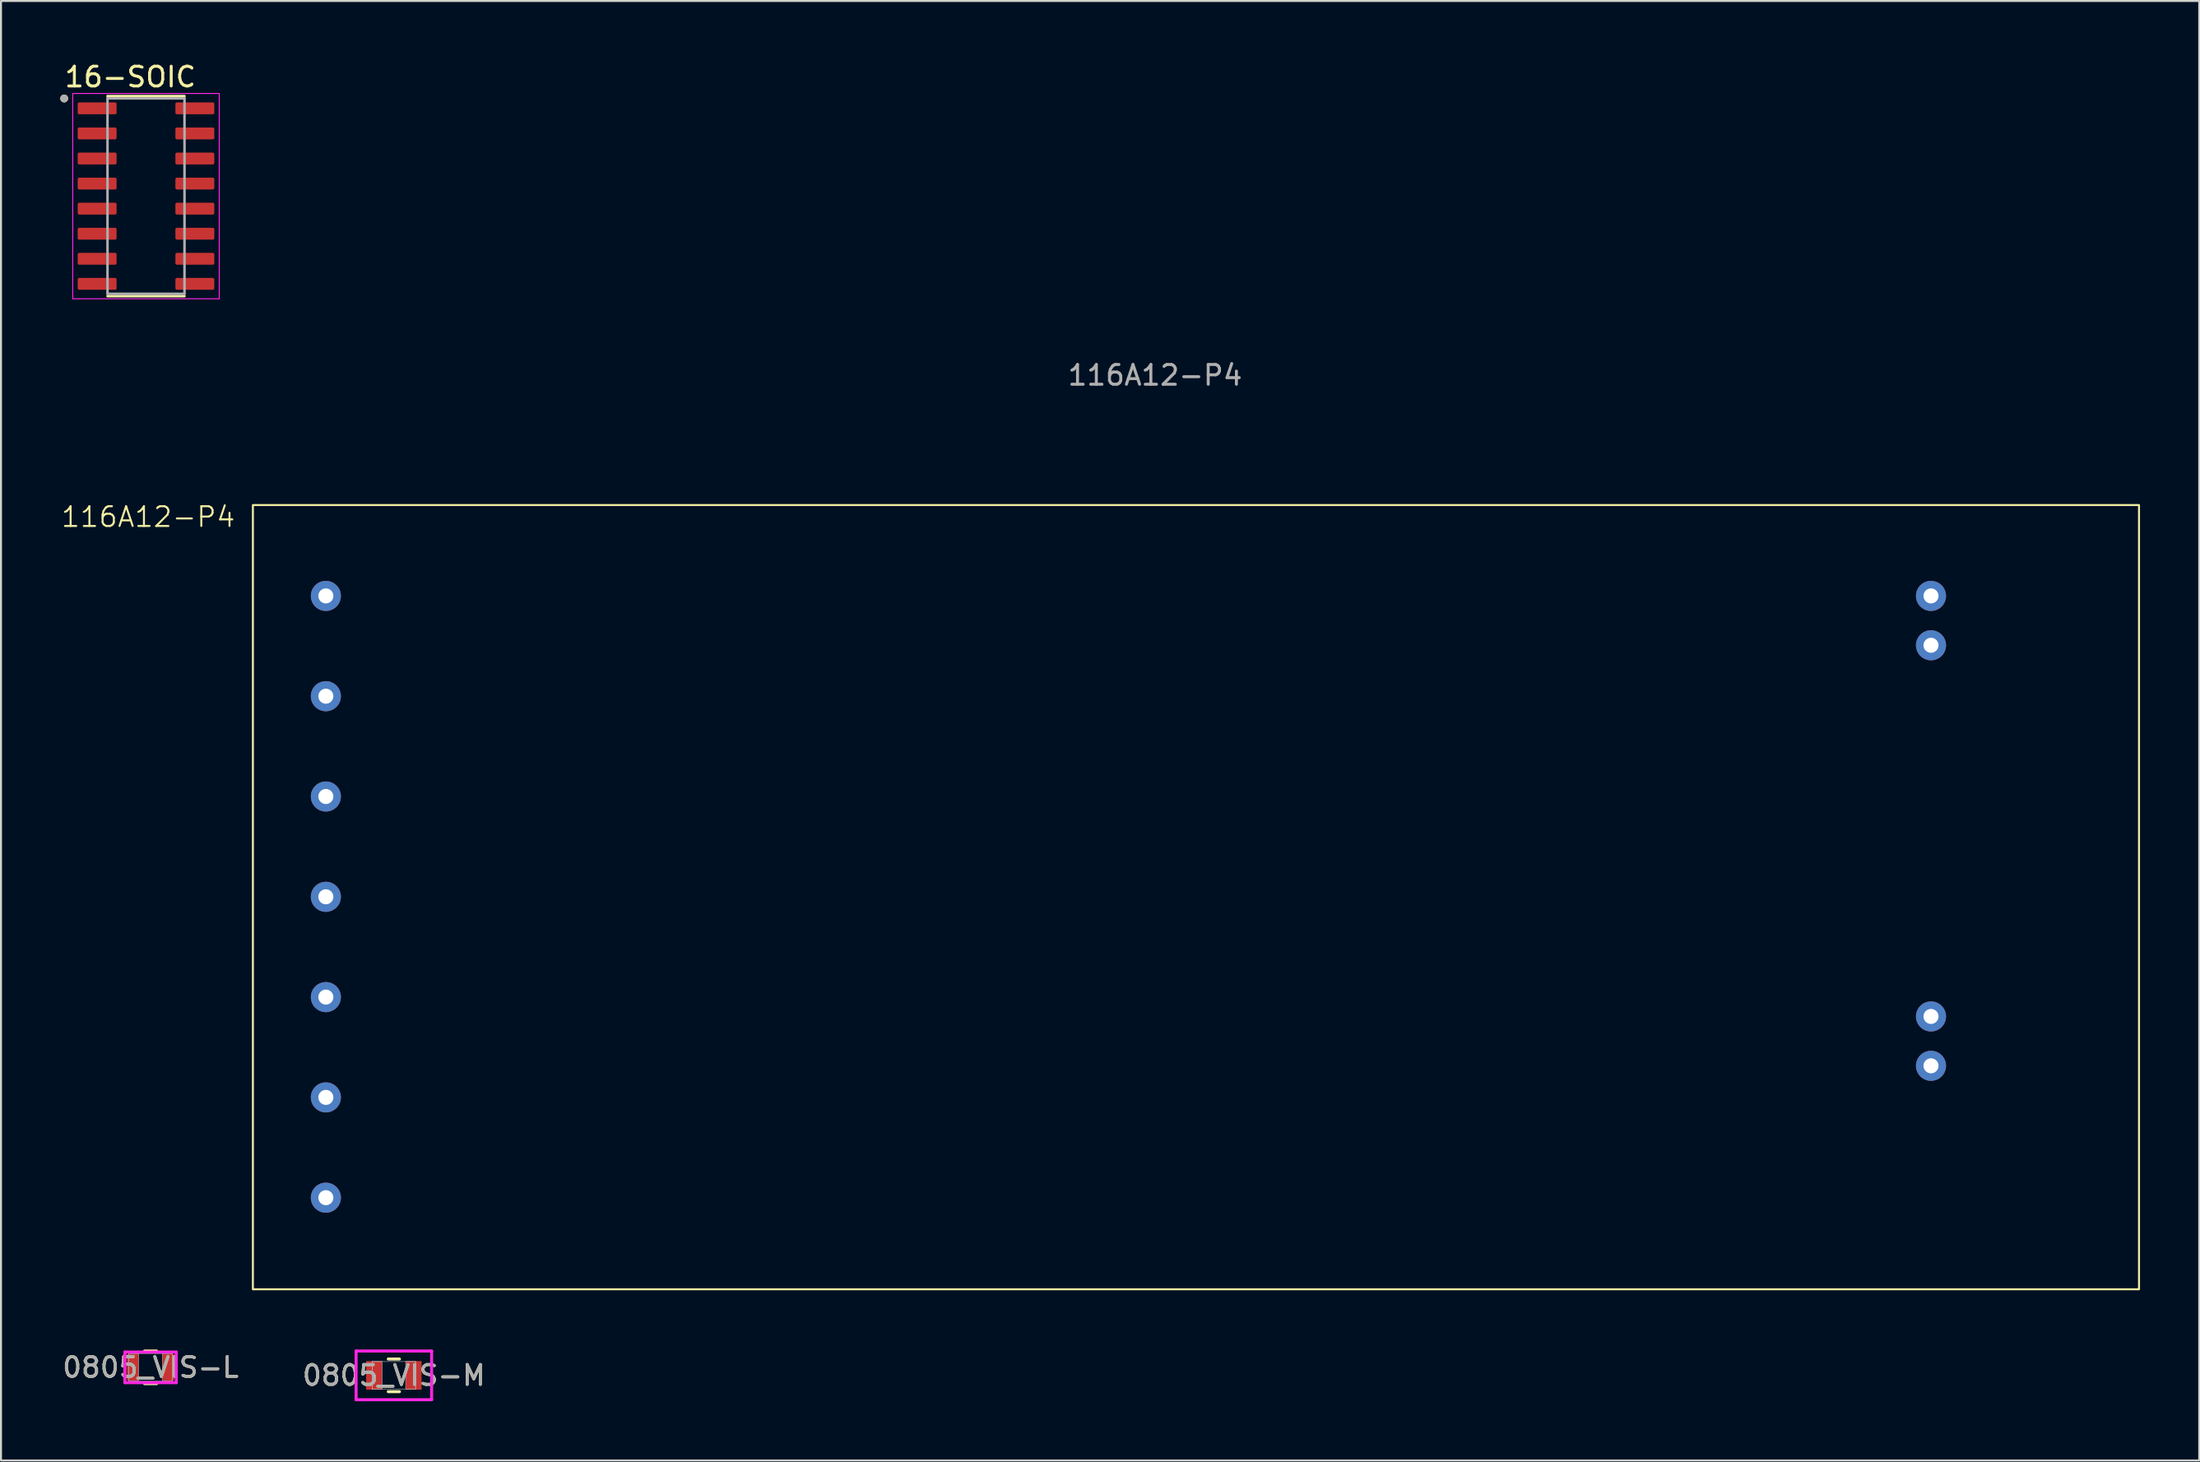
<source format=kicad_pcb>
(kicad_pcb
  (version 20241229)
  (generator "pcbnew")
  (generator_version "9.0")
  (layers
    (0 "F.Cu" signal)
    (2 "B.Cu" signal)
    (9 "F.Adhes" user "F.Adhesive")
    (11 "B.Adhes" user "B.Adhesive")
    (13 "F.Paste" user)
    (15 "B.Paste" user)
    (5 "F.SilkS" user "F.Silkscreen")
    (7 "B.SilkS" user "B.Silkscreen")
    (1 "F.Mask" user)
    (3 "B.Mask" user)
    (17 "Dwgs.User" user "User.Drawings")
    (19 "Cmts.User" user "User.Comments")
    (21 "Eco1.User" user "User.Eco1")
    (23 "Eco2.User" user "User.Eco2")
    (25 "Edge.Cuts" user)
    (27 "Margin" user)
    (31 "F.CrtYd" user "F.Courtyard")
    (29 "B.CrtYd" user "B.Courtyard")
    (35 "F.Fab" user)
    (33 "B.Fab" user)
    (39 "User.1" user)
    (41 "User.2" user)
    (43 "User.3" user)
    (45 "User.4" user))
  (footprint "116A12-P4"
    (layer "F.Cu")
    (at 13.455 27.133)
    (property "Reference" "116A12-P4" (at -9 -4 0) (unlocked yes) (layer "F.SilkS") (effects (font (size 1 1) (thickness 0.1))))
    (attr through_hole)
    (fp_rect (start -3.696 -4.602) (end 91.836 35.12) (stroke (width 0.1) (type default)) (fill no) (layer "F.SilkS"))
    (fp_text user "${REFERENCE}" (at 42 -11.176 0) (unlocked yes) (layer "F.Fab") (effects (font (size 1 1) (thickness 0.15))))
    (pad "1" thru_hole circle (at 0 30.48) (size 1.524 1.524) (drill 0.762) (layers "*.Cu" "*.Mask"))
    (pad "2" thru_hole circle (at 0 25.4) (size 1.524 1.524) (drill 0.762) (layers "*.Cu" "*.Mask"))
    (pad "3" thru_hole circle (at 0 20.32) (size 1.524 1.524) (drill 0.762) (layers "*.Cu" "*.Mask"))
    (pad "4" thru_hole circle (at 0 15.24) (size 1.524 1.524) (drill 0.762) (layers "*.Cu" "*.Mask"))
    (pad "5" thru_hole circle (at 0 10.16) (size 1.524 1.524) (drill 0.762) (layers "*.Cu" "*.Mask"))
    (pad "6" thru_hole circle (at 0 5.08) (size 1.524 1.524) (drill 0.762) (layers "*.Cu" "*.Mask"))
    (pad "7" thru_hole circle (at 0 0) (size 1.524 1.524) (drill 0.762) (layers "*.Cu" "*.Mask"))
    (pad "8" thru_hole circle (at 81.3 0) (size 1.524 1.524) (drill 0.762) (layers "*.Cu" "*.Mask"))
    (pad "9" thru_hole circle (at 81.3 2.5) (size 1.524 1.524) (drill 0.762) (layers "*.Cu" "*.Mask"))
    (pad "10" thru_hole circle (at 81.3 21.3) (size 1.524 1.524) (drill 0.762) (layers "*.Cu" "*.Mask"))
    (pad "11" thru_hole circle (at 81.3 23.8) (size 1.524 1.524) (drill 0.762) (layers "*.Cu" "*.Mask")))
  (footprint "0805_VIS-M"
    (layer "F.Cu")
    (at 16.899 66.612)
    (property "Reference" "0805_VIS-M" (at 0 0 0) (unlocked yes) (layer "F.SilkS") (effects (font (size 1 1) (thickness 0.15))))
    (attr smd)
    (fp_line (start -0.283 0.827) (end 0.283 0.827) (stroke (width 0.152) (type solid)) (layer "F.SilkS"))
    (fp_line (start 0.283 -0.827) (end -0.283 -0.827) (stroke (width 0.152) (type solid)) (layer "F.SilkS"))
    (fp_line (start -1.913 -1.233) (end 1.913 -1.233) (stroke (width 0.152) (type solid)) (layer "F.CrtYd"))
    (fp_line (start -1.913 1.233) (end -1.913 -1.233) (stroke (width 0.152) (type solid)) (layer "F.CrtYd"))
    (fp_line (start 1.913 -1.233) (end 1.913 1.233) (stroke (width 0.152) (type solid)) (layer "F.CrtYd"))
    (fp_line (start 1.913 1.233) (end -1.913 1.233) (stroke (width 0.152) (type solid)) (layer "F.CrtYd"))
    (fp_line (start -1.1 -0.7) (end -1.1 0.7) (stroke (width 0.025) (type solid)) (layer "F.Fab"))
    (fp_line (start -1.1 -0.7) (end -1.1 0.7) (stroke (width 0.025) (type solid)) (layer "F.Fab"))
    (fp_line (start -1.1 0.7) (end -0.6 0.7) (stroke (width 0.025) (type solid)) (layer "F.Fab"))
    (fp_line (start -1.1 0.7) (end 1.1 0.7) (stroke (width 0.025) (type solid)) (layer "F.Fab"))
    (fp_line (start -0.6 -0.7) (end -1.1 -0.7) (stroke (width 0.025) (type solid)) (layer "F.Fab"))
    (fp_line (start -0.6 0.7) (end -0.6 -0.7) (stroke (width 0.025) (type solid)) (layer "F.Fab"))
    (fp_line (start 0.6 -0.7) (end 0.6 0.7) (stroke (width 0.025) (type solid)) (layer "F.Fab"))
    (fp_line (start 0.6 0.7) (end 1.1 0.7) (stroke (width 0.025) (type solid)) (layer "F.Fab"))
    (fp_line (start 1.1 -0.7) (end -1.1 -0.7) (stroke (width 0.025) (type solid)) (layer "F.Fab"))
    (fp_line (start 1.1 -0.7) (end 0.6 -0.7) (stroke (width 0.025) (type solid)) (layer "F.Fab"))
    (fp_line (start 1.1 0.7) (end 1.1 -0.7) (stroke (width 0.025) (type solid)) (layer "F.Fab"))
    (fp_line (start 1.1 0.7) (end 1.1 -0.7) (stroke (width 0.025) (type solid)) (layer "F.Fab"))
    (fp_text user "${REFERENCE}" (at 0 0 0) (unlocked yes) (layer "F.Fab") (effects (font (size 1 1) (thickness 0.15))))
    (pad "1" smd rect (at -1.002 0) (size 0.805 1.451) (layers "F.Cu" "F.Mask" "F.Paste"))
    (pad "2" smd rect (at 1.002 0) (size 0.805 1.451) (layers "F.Cu" "F.Mask" "F.Paste"))
    (zone (net_name "") (layer "F.Cu") (hatch full 0.508) (connect_pads) (min_thickness 0.254) (filled_areas_thickness no) (keepout (tracks not_allowed) (vias not_allowed) (pads allowed) (copperpour not_allowed) (footprints allowed)) (placement (enabled no)) (fill) (polygon (pts (xy 16.35 65.963) (xy 17.448 65.963) (xy 17.448 67.261) (xy 16.35 67.261)))))
  (footprint "16-SOIC"
    (layer "F.Cu")
    (at 4.345 6.883)
    (property "Reference" "16-SOIC" (at -0.795 -6.035 0) (layer "F.SilkS") (effects (font (size 1 1) (thickness 0.15))))
    (attr smd)
    (fp_line (start -1.95 -5.065) (end 1.95 -5.065) (stroke (width 0.127) (type solid)) (layer "F.SilkS"))
    (fp_line (start -1.95 5.065) (end 1.95 5.065) (stroke (width 0.127) (type solid)) (layer "F.SilkS"))
    (fp_circle (center -4.145 -4.945) (end -4.045 -4.945) (stroke (width 0.2) (type solid)) (fill no) (layer "F.SilkS"))
    (fp_line (start -3.71 -5.2) (end -3.71 5.2) (stroke (width 0.05) (type solid)) (layer "F.CrtYd"))
    (fp_line (start -3.71 -5.2) (end 3.71 -5.2) (stroke (width 0.05) (type solid)) (layer "F.CrtYd"))
    (fp_line (start -3.71 5.2) (end 3.71 5.2) (stroke (width 0.05) (type solid)) (layer "F.CrtYd"))
    (fp_line (start 3.71 -5.2) (end 3.71 5.2) (stroke (width 0.05) (type solid)) (layer "F.CrtYd"))
    (fp_line (start -1.95 -4.95) (end -1.95 4.95) (stroke (width 0.127) (type solid)) (layer "F.Fab"))
    (fp_line (start -1.95 -4.95) (end 1.95 -4.95) (stroke (width 0.127) (type solid)) (layer "F.Fab"))
    (fp_line (start -1.95 4.95) (end 1.95 4.95) (stroke (width 0.127) (type solid)) (layer "F.Fab"))
    (fp_line (start 1.95 -4.95) (end 1.95 4.95) (stroke (width 0.127) (type solid)) (layer "F.Fab"))
    (fp_circle (center -4.145 -4.945) (end -4.045 -4.945) (stroke (width 0.2) (type solid)) (fill no) (layer "F.Fab"))
    (pad "1" smd roundrect (at -2.475 -4.445) (size 1.97 0.6) (layers "F.Cu" "F.Mask" "F.Paste") (roundrect_rratio 0.125))
    (pad "2" smd roundrect (at -2.475 -3.175) (size 1.97 0.6) (layers "F.Cu" "F.Mask" "F.Paste") (roundrect_rratio 0.125))
    (pad "3" smd roundrect (at -2.475 -1.905) (size 1.97 0.6) (layers "F.Cu" "F.Mask" "F.Paste") (roundrect_rratio 0.125))
    (pad "4" smd roundrect (at -2.475 -0.635) (size 1.97 0.6) (layers "F.Cu" "F.Mask" "F.Paste") (roundrect_rratio 0.125))
    (pad "5" smd roundrect (at -2.475 0.635) (size 1.97 0.6) (layers "F.Cu" "F.Mask" "F.Paste") (roundrect_rratio 0.125))
    (pad "6" smd roundrect (at -2.475 1.905) (size 1.97 0.6) (layers "F.Cu" "F.Mask" "F.Paste") (roundrect_rratio 0.125))
    (pad "7" smd roundrect (at -2.475 3.175) (size 1.97 0.6) (layers "F.Cu" "F.Mask" "F.Paste") (roundrect_rratio 0.125))
    (pad "8" smd roundrect (at -2.475 4.445) (size 1.97 0.6) (layers "F.Cu" "F.Mask" "F.Paste") (roundrect_rratio 0.125))
    (pad "9" smd roundrect (at 2.475 4.445) (size 1.97 0.6) (layers "F.Cu" "F.Mask" "F.Paste") (roundrect_rratio 0.125))
    (pad "10" smd roundrect (at 2.475 3.175) (size 1.97 0.6) (layers "F.Cu" "F.Mask" "F.Paste") (roundrect_rratio 0.125))
    (pad "11" smd roundrect (at 2.475 1.905) (size 1.97 0.6) (layers "F.Cu" "F.Mask" "F.Paste") (roundrect_rratio 0.125))
    (pad "12" smd roundrect (at 2.475 0.635) (size 1.97 0.6) (layers "F.Cu" "F.Mask" "F.Paste") (roundrect_rratio 0.125))
    (pad "13" smd roundrect (at 2.475 -0.635) (size 1.97 0.6) (layers "F.Cu" "F.Mask" "F.Paste") (roundrect_rratio 0.125))
    (pad "14" smd roundrect (at 2.475 -1.905) (size 1.97 0.6) (layers "F.Cu" "F.Mask" "F.Paste") (roundrect_rratio 0.125))
    (pad "15" smd roundrect (at 2.475 -3.175) (size 1.97 0.6) (layers "F.Cu" "F.Mask" "F.Paste") (roundrect_rratio 0.125))
    (pad "16" smd roundrect (at 2.475 -4.445) (size 1.97 0.6) (layers "F.Cu" "F.Mask" "F.Paste") (roundrect_rratio 0.125)))
  (footprint "0805_VIS-L"
    (layer "F.Cu")
    (at 4.577 66.206)
    (property "Reference" "0805_VIS-L" (at 0 0 0) (unlocked yes) (layer "F.SilkS") (effects (font (size 1 1) (thickness 0.15))))
    (attr smd)
    (fp_line (start -0.304 0.827) (end 0.304 0.827) (stroke (width 0.152) (type solid)) (layer "F.SilkS"))
    (fp_line (start 0.304 -0.827) (end -0.304 -0.827) (stroke (width 0.152) (type solid)) (layer "F.SilkS"))
    (fp_line (start -1.303 -0.776) (end 1.303 -0.776) (stroke (width 0.152) (type solid)) (layer "F.CrtYd"))
    (fp_line (start -1.303 0.776) (end -1.303 -0.776) (stroke (width 0.152) (type solid)) (layer "F.CrtYd"))
    (fp_line (start 1.303 -0.776) (end 1.303 0.776) (stroke (width 0.152) (type solid)) (layer "F.CrtYd"))
    (fp_line (start 1.303 0.776) (end -1.303 0.776) (stroke (width 0.152) (type solid)) (layer "F.CrtYd"))
    (fp_line (start -1.1 -0.7) (end -1.1 0.7) (stroke (width 0.025) (type solid)) (layer "F.Fab"))
    (fp_line (start -1.1 -0.7) (end -1.1 0.7) (stroke (width 0.025) (type solid)) (layer "F.Fab"))
    (fp_line (start -1.1 0.7) (end -0.6 0.7) (stroke (width 0.025) (type solid)) (layer "F.Fab"))
    (fp_line (start -1.1 0.7) (end 1.1 0.7) (stroke (width 0.025) (type solid)) (layer "F.Fab"))
    (fp_line (start -0.6 -0.7) (end -1.1 -0.7) (stroke (width 0.025) (type solid)) (layer "F.Fab"))
    (fp_line (start -0.6 0.7) (end -0.6 -0.7) (stroke (width 0.025) (type solid)) (layer "F.Fab"))
    (fp_line (start 0.6 -0.7) (end 0.6 0.7) (stroke (width 0.025) (type solid)) (layer "F.Fab"))
    (fp_line (start 0.6 0.7) (end 1.1 0.7) (stroke (width 0.025) (type solid)) (layer "F.Fab"))
    (fp_line (start 1.1 -0.7) (end -1.1 -0.7) (stroke (width 0.025) (type solid)) (layer "F.Fab"))
    (fp_line (start 1.1 -0.7) (end 0.6 -0.7) (stroke (width 0.025) (type solid)) (layer "F.Fab"))
    (fp_line (start 1.1 0.7) (end 1.1 -0.7) (stroke (width 0.025) (type solid)) (layer "F.Fab"))
    (fp_line (start 1.1 0.7) (end 1.1 -0.7) (stroke (width 0.025) (type solid)) (layer "F.Fab"))
    (fp_text user "${REFERENCE}" (at 0 0 0) (unlocked yes) (layer "F.Fab") (effects (font (size 1 1) (thickness 0.15))))
    (pad "1" smd rect (at -0.901 0) (size 0.602 1.349) (layers "F.Cu" "F.Mask" "F.Paste"))
    (pad "2" smd rect (at 0.901 0) (size 0.602 1.349) (layers "F.Cu" "F.Mask" "F.Paste"))
    (zone (net_name "") (layer "F.Cu") (hatch full 0.508) (connect_pads) (min_thickness 0.254) (filled_areas_thickness no) (keepout (tracks not_allowed) (vias not_allowed) (pads allowed) (copperpour not_allowed) (footprints allowed)) (placement (enabled no)) (fill) (polygon (pts (xy 4.028 65.556) (xy 5.127 65.556) (xy 5.127 66.855) (xy 4.028 66.855)))))
  (gr_rect
    (start -3 -3)
    (end 108.341 70.922)
    (stroke (width 0.1) (type default))
    (fill no)
    (layer "Edge.Cuts")))
</source>
